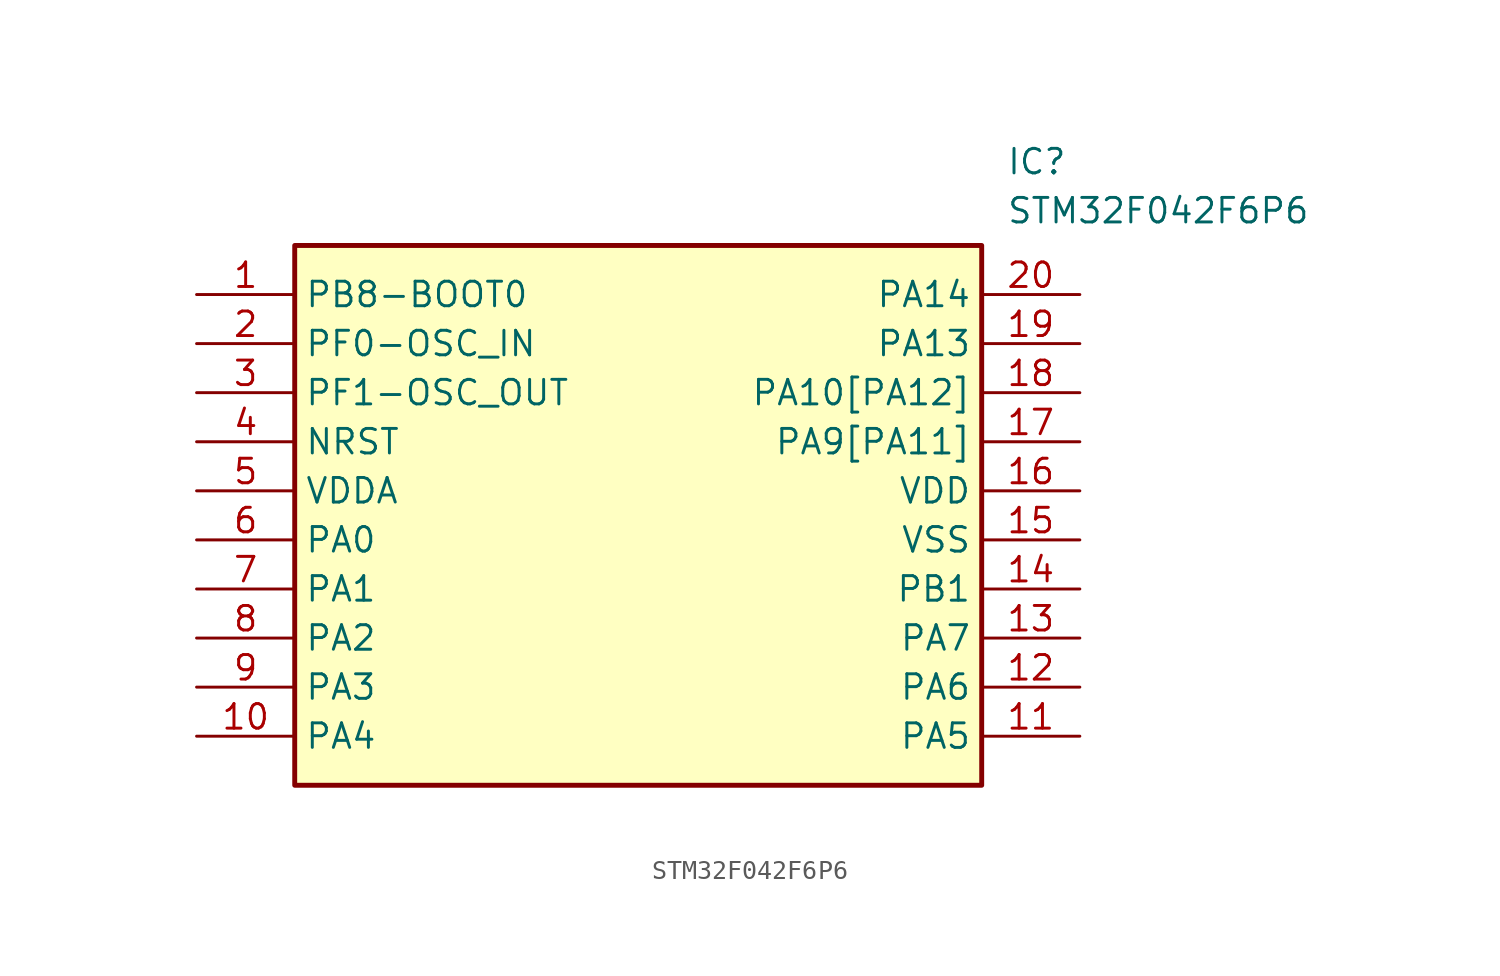
<source format=kicad_sym>
(kicad_symbol_lib
  (version 20211014)
  (generator SamacSys_ECAD_Model)
  (symbol "STM32F042F6P6"
    (property "Reference" "IC"
      (at 41.91 7.62 0)
      (effects (font (size 1.27 1.27)) (justify left top)))
    (property "Value" "STM32F042F6P6"
      (at 41.91 5.08 0)
      (effects (font (size 1.27 1.27)) (justify left top)))
    (rectangle
      (start 5.08 2.54)
      (end 40.64 -25.4)
      (stroke (width 0.254) (type default))
      (fill (type background)))
    (pin passive line
      (at 0 0 0)
      (length 5.08)
      (name "PB8-BOOT0" (effects (font (size 1.27 1.27))))
      (number "1" (effects (font (size 1.27 1.27)))))
    (pin passive line
      (at 0 -2.54 0)
      (length 5.08)
      (name "PF0-OSC_IN" (effects (font (size 1.27 1.27))))
      (number "2" (effects (font (size 1.27 1.27)))))
    (pin passive line
      (at 0 -5.08 0)
      (length 5.08)
      (name "PF1-OSC_OUT" (effects (font (size 1.27 1.27))))
      (number "3" (effects (font (size 1.27 1.27)))))
    (pin passive line
      (at 0 -7.62 0)
      (length 5.08)
      (name "NRST" (effects (font (size 1.27 1.27))))
      (number "4" (effects (font (size 1.27 1.27)))))
    (pin passive line
      (at 0 -10.16 0)
      (length 5.08)
      (name "VDDA" (effects (font (size 1.27 1.27))))
      (number "5" (effects (font (size 1.27 1.27)))))
    (pin passive line
      (at 0 -12.7 0)
      (length 5.08)
      (name "PA0" (effects (font (size 1.27 1.27))))
      (number "6" (effects (font (size 1.27 1.27)))))
    (pin passive line
      (at 0 -15.24 0)
      (length 5.08)
      (name "PA1" (effects (font (size 1.27 1.27))))
      (number "7" (effects (font (size 1.27 1.27)))))
    (pin passive line
      (at 0 -17.78 0)
      (length 5.08)
      (name "PA2" (effects (font (size 1.27 1.27))))
      (number "8" (effects (font (size 1.27 1.27)))))
    (pin passive line
      (at 0 -20.32 0)
      (length 5.08)
      (name "PA3" (effects (font (size 1.27 1.27))))
      (number "9" (effects (font (size 1.27 1.27)))))
    (pin passive line
      (at 0 -22.86 0)
      (length 5.08)
      (name "PA4" (effects (font (size 1.27 1.27))))
      (number "10" (effects (font (size 1.27 1.27)))))
    (pin passive line
      (at 45.72 0 180)
      (length 5.08)
      (name "PA14" (effects (font (size 1.27 1.27))))
      (number "20" (effects (font (size 1.27 1.27)))))
    (pin passive line
      (at 45.72 -2.54 180)
      (length 5.08)
      (name "PA13" (effects (font (size 1.27 1.27))))
      (number "19" (effects (font (size 1.27 1.27)))))
    (pin passive line
      (at 45.72 -5.08 180)
      (length 5.08)
      (name "PA10[PA12]" (effects (font (size 1.27 1.27))))
      (number "18" (effects (font (size 1.27 1.27)))))
    (pin passive line
      (at 45.72 -7.62 180)
      (length 5.08)
      (name "PA9[PA11]" (effects (font (size 1.27 1.27))))
      (number "17" (effects (font (size 1.27 1.27)))))
    (pin passive line
      (at 45.72 -10.16 180)
      (length 5.08)
      (name "VDD" (effects (font (size 1.27 1.27))))
      (number "16" (effects (font (size 1.27 1.27)))))
    (pin passive line
      (at 45.72 -12.7 180)
      (length 5.08)
      (name "VSS" (effects (font (size 1.27 1.27))))
      (number "15" (effects (font (size 1.27 1.27)))))
    (pin passive line
      (at 45.72 -15.24 180)
      (length 5.08)
      (name "PB1" (effects (font (size 1.27 1.27))))
      (number "14" (effects (font (size 1.27 1.27)))))
    (pin passive line
      (at 45.72 -17.78 180)
      (length 5.08)
      (name "PA7" (effects (font (size 1.27 1.27))))
      (number "13" (effects (font (size 1.27 1.27)))))
    (pin passive line
      (at 45.72 -20.32 180)
      (length 5.08)
      (name "PA6" (effects (font (size 1.27 1.27))))
      (number "12" (effects (font (size 1.27 1.27)))))
    (pin passive line
      (at 45.72 -22.86 180)
      (length 5.08)
      (name "PA5" (effects (font (size 1.27 1.27))))
      (number "11" (effects (font (size 1.27 1.27)))))))
</source>
